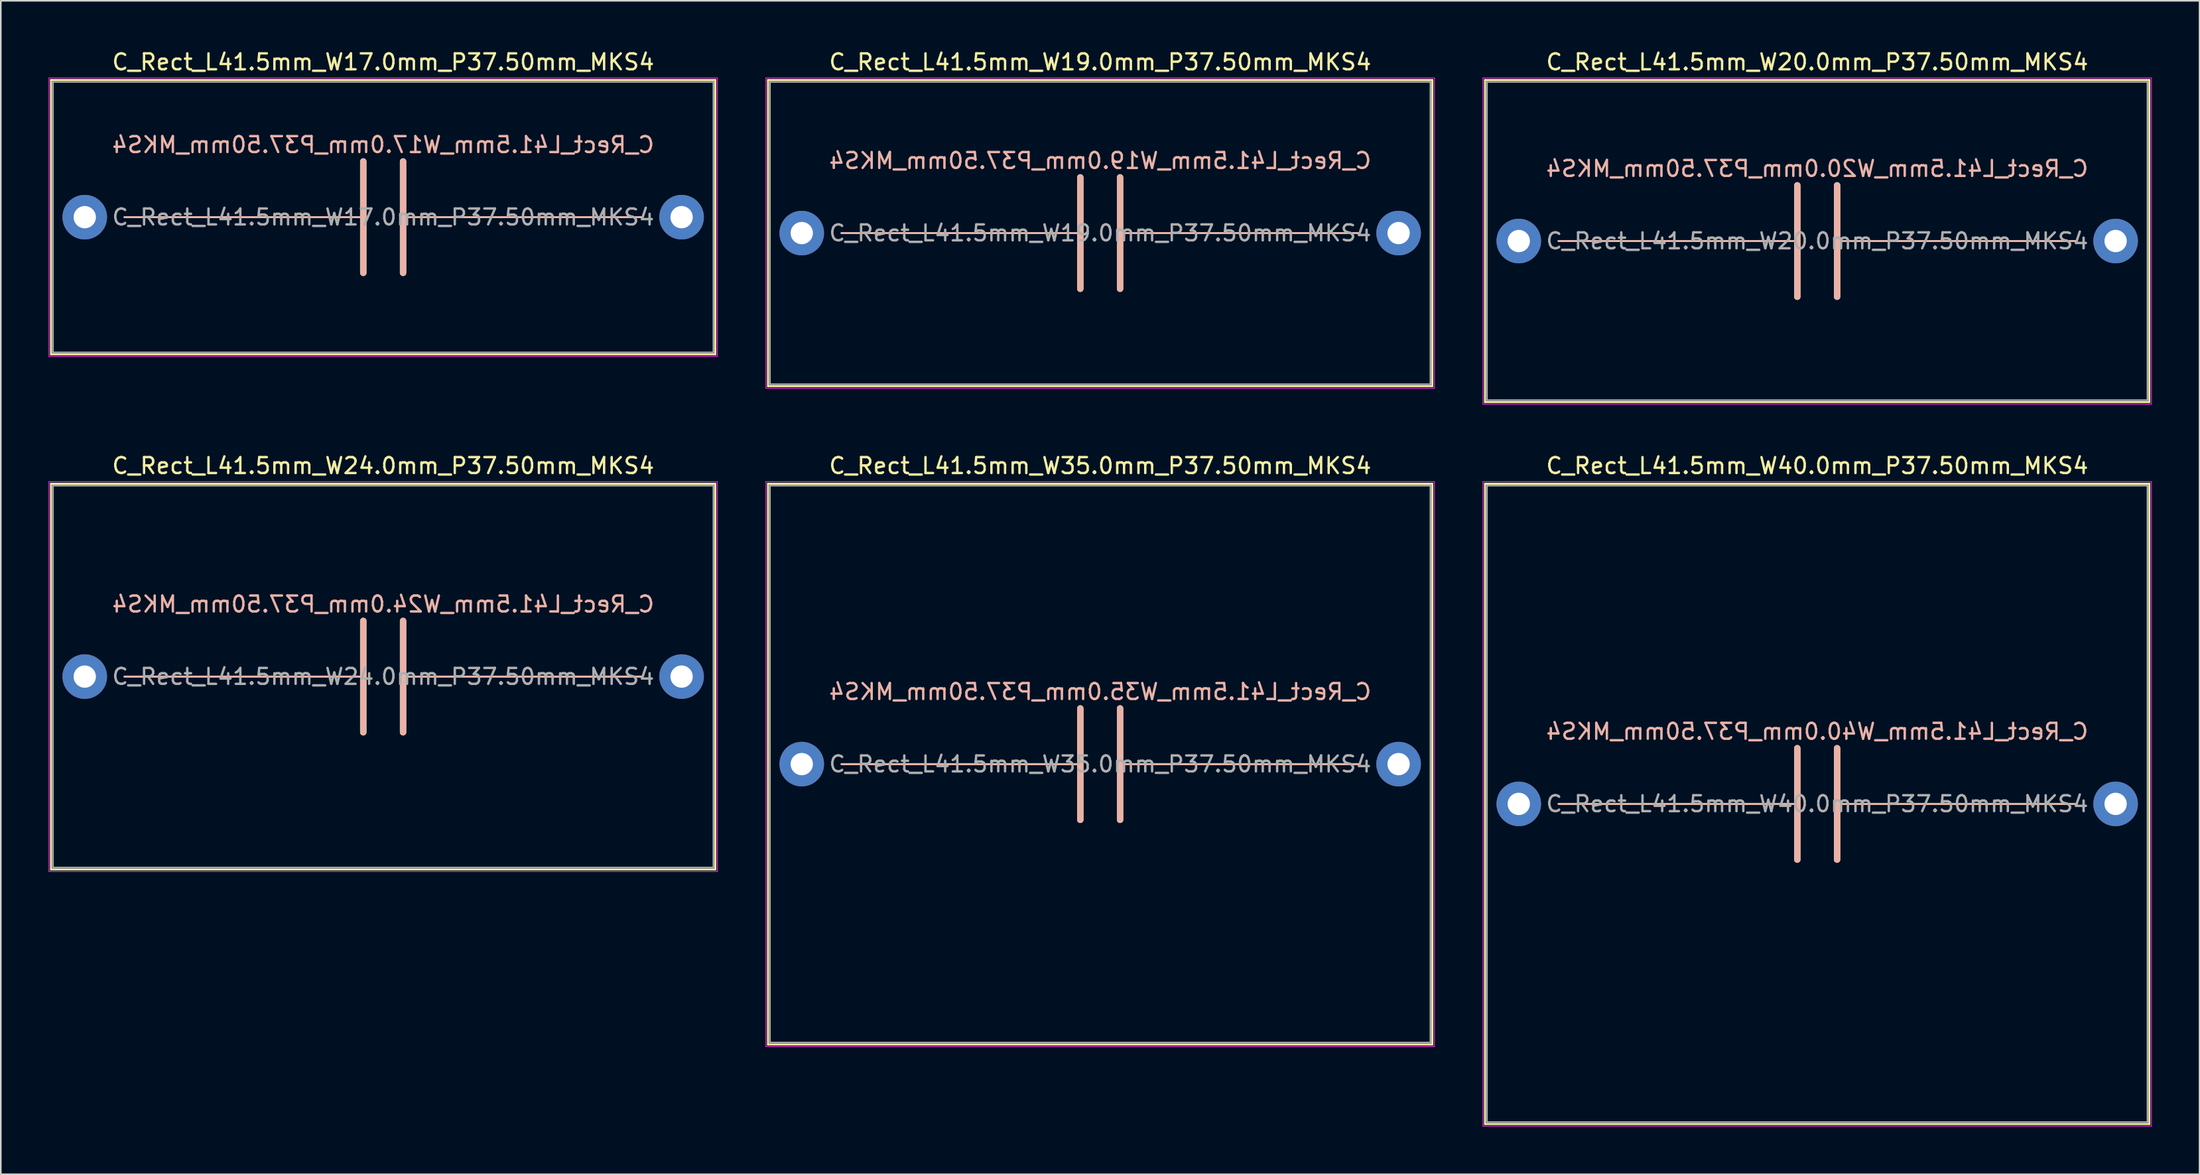
<source format=kicad_pcb>
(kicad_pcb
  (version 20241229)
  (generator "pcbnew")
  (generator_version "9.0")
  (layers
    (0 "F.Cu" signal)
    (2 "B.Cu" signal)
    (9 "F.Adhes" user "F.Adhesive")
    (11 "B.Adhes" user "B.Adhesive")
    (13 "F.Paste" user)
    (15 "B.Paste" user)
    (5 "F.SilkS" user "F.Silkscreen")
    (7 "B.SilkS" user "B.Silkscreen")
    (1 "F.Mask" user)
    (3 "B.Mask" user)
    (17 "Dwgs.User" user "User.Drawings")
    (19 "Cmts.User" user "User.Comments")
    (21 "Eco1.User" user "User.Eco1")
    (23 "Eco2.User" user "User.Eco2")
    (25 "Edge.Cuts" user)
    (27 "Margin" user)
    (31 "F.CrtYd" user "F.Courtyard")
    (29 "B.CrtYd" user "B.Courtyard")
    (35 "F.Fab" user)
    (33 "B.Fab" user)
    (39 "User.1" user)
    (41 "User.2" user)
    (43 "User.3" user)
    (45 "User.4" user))
  (footprint "C_Rect_L41.5mm_W35.0mm_P37.50mm_MKS4"
    (layer "F.Cu")
    (at 47.325 44.971)
    (property "Reference" "C_Rect_L41.5mm_W35.0mm_P37.50mm_MKS4" (at 18.75 -18.75 0) (layer "F.SilkS") (effects (font (size 1 1) (thickness 0.15))))
    (fp_line (start -2.12 -17.62) (end -2.12 17.62) (stroke (width 0.12) (type solid)) (layer "F.SilkS"))
    (fp_line (start -2.12 -17.62) (end 39.62 -17.62) (stroke (width 0.12) (type solid)) (layer "F.SilkS"))
    (fp_line (start -2.12 17.62) (end 39.62 17.62) (stroke (width 0.12) (type solid)) (layer "F.SilkS"))
    (fp_line (start 2.5 0) (end 17.5 0) (stroke (width 0.12) (type solid)) (layer "F.SilkS"))
    (fp_line (start 17.5 -3.5) (end 17.5 3.5) (stroke (width 0.4) (type solid)) (layer "F.SilkS"))
    (fp_line (start 20 -3.5) (end 20 3.5) (stroke (width 0.4) (type solid)) (layer "F.SilkS"))
    (fp_line (start 20 0) (end 35 0) (stroke (width 0.12) (type solid)) (layer "F.SilkS"))
    (fp_line (start 39.62 -17.62) (end 39.62 17.62) (stroke (width 0.12) (type solid)) (layer "F.SilkS"))
    (fp_line (start 2.5 0) (end 17.5 0) (stroke (width 0.12) (type solid)) (layer "B.SilkS"))
    (fp_line (start 17.5 3.5) (end 17.5 -3.5) (stroke (width 0.4) (type solid)) (layer "B.SilkS"))
    (fp_line (start 20 0) (end 35 0) (stroke (width 0.12) (type solid)) (layer "B.SilkS"))
    (fp_line (start 20 3.5) (end 20 -3.5) (stroke (width 0.4) (type solid)) (layer "B.SilkS"))
    (fp_line (start -2.25 -17.75) (end -2.25 17.75) (stroke (width 0.05) (type solid)) (layer "F.CrtYd"))
    (fp_line (start -2.25 17.75) (end 39.75 17.75) (stroke (width 0.05) (type solid)) (layer "F.CrtYd"))
    (fp_line (start 39.75 -17.75) (end -2.25 -17.75) (stroke (width 0.05) (type solid)) (layer "F.CrtYd"))
    (fp_line (start 39.75 17.75) (end 39.75 -17.75) (stroke (width 0.05) (type solid)) (layer "F.CrtYd"))
    (fp_line (start -2 -17.5) (end -2 17.5) (stroke (width 0.1) (type solid)) (layer "F.Fab"))
    (fp_line (start -2 17.5) (end 39.5 17.5) (stroke (width 0.1) (type solid)) (layer "F.Fab"))
    (fp_line (start 39.5 -17.5) (end -2 -17.5) (stroke (width 0.1) (type solid)) (layer "F.Fab"))
    (fp_line (start 39.5 17.5) (end 39.5 -17.5) (stroke (width 0.1) (type solid)) (layer "F.Fab"))
    (fp_text user "${REFERENCE}" (at 18.75 -4.55 0) (layer "B.SilkS") (effects (font (size 1 1) (thickness 0.15)) (justify mirror)))
    (fp_text user "${REFERENCE}" (at 18.75 0 0) (layer "F.Fab") (effects (font (size 1 1) (thickness 0.15))))
    (pad "1" thru_hole circle (at 0 0) (size 2.8 2.8) (drill 1.4) (layers "*.Cu" "*.Mask"))
    (pad "2" thru_hole circle (at 37.5 0) (size 2.8 2.8) (drill 1.4) (layers "*.Cu" "*.Mask")))
  (footprint "C_Rect_L41.5mm_W40.0mm_P37.50mm_MKS4"
    (layer "F.Cu")
    (at 92.375 47.471)
    (property "Reference" "C_Rect_L41.5mm_W40.0mm_P37.50mm_MKS4" (at 18.75 -21.25 0) (layer "F.SilkS") (effects (font (size 1 1) (thickness 0.15))))
    (fp_line (start -2.12 -20.12) (end -2.12 20.12) (stroke (width 0.12) (type solid)) (layer "F.SilkS"))
    (fp_line (start -2.12 -20.12) (end 39.62 -20.12) (stroke (width 0.12) (type solid)) (layer "F.SilkS"))
    (fp_line (start -2.12 20.12) (end 39.62 20.12) (stroke (width 0.12) (type solid)) (layer "F.SilkS"))
    (fp_line (start 2.5 0) (end 17.5 0) (stroke (width 0.12) (type solid)) (layer "F.SilkS"))
    (fp_line (start 17.5 -3.5) (end 17.5 3.5) (stroke (width 0.4) (type solid)) (layer "F.SilkS"))
    (fp_line (start 20 -3.5) (end 20 3.5) (stroke (width 0.4) (type solid)) (layer "F.SilkS"))
    (fp_line (start 20 0) (end 35 0) (stroke (width 0.12) (type solid)) (layer "F.SilkS"))
    (fp_line (start 39.62 -20.12) (end 39.62 20.12) (stroke (width 0.12) (type solid)) (layer "F.SilkS"))
    (fp_line (start 2.5 0) (end 17.5 0) (stroke (width 0.12) (type solid)) (layer "B.SilkS"))
    (fp_line (start 17.5 3.5) (end 17.5 -3.5) (stroke (width 0.4) (type solid)) (layer "B.SilkS"))
    (fp_line (start 20 0) (end 35 0) (stroke (width 0.12) (type solid)) (layer "B.SilkS"))
    (fp_line (start 20 3.5) (end 20 -3.5) (stroke (width 0.4) (type solid)) (layer "B.SilkS"))
    (fp_line (start -2.25 -20.25) (end -2.25 20.25) (stroke (width 0.05) (type solid)) (layer "F.CrtYd"))
    (fp_line (start -2.25 20.25) (end 39.75 20.25) (stroke (width 0.05) (type solid)) (layer "F.CrtYd"))
    (fp_line (start 39.75 -20.25) (end -2.25 -20.25) (stroke (width 0.05) (type solid)) (layer "F.CrtYd"))
    (fp_line (start 39.75 20.25) (end 39.75 -20.25) (stroke (width 0.05) (type solid)) (layer "F.CrtYd"))
    (fp_line (start -2 -20) (end -2 20) (stroke (width 0.1) (type solid)) (layer "F.Fab"))
    (fp_line (start -2 20) (end 39.5 20) (stroke (width 0.1) (type solid)) (layer "F.Fab"))
    (fp_line (start 39.5 -20) (end -2 -20) (stroke (width 0.1) (type solid)) (layer "F.Fab"))
    (fp_line (start 39.5 20) (end 39.5 -20) (stroke (width 0.1) (type solid)) (layer "F.Fab"))
    (fp_text user "${REFERENCE}" (at 18.75 -4.55 0) (layer "B.SilkS") (effects (font (size 1 1) (thickness 0.15)) (justify mirror)))
    (fp_text user "${REFERENCE}" (at 18.75 0 0) (layer "F.Fab") (effects (font (size 1 1) (thickness 0.15))))
    (pad "1" thru_hole circle (at 0 0) (size 2.8 2.8) (drill 1.4) (layers "*.Cu" "*.Mask"))
    (pad "2" thru_hole circle (at 37.5 0) (size 2.8 2.8) (drill 1.4) (layers "*.Cu" "*.Mask")))
  (footprint "C_Rect_L41.5mm_W19.0mm_P37.50mm_MKS4"
    (layer "F.Cu")
    (at 47.325 11.598)
    (property "Reference" "C_Rect_L41.5mm_W19.0mm_P37.50mm_MKS4" (at 18.75 -10.75 0) (layer "F.SilkS") (effects (font (size 1 1) (thickness 0.15))))
    (fp_line (start -2.12 -9.62) (end -2.12 9.62) (stroke (width 0.12) (type solid)) (layer "F.SilkS"))
    (fp_line (start -2.12 -9.62) (end 39.62 -9.62) (stroke (width 0.12) (type solid)) (layer "F.SilkS"))
    (fp_line (start -2.12 9.62) (end 39.62 9.62) (stroke (width 0.12) (type solid)) (layer "F.SilkS"))
    (fp_line (start 2.5 0) (end 17.5 0) (stroke (width 0.12) (type solid)) (layer "F.SilkS"))
    (fp_line (start 17.5 -3.5) (end 17.5 3.5) (stroke (width 0.4) (type solid)) (layer "F.SilkS"))
    (fp_line (start 20 -3.5) (end 20 3.5) (stroke (width 0.4) (type solid)) (layer "F.SilkS"))
    (fp_line (start 20 0) (end 35 0) (stroke (width 0.12) (type solid)) (layer "F.SilkS"))
    (fp_line (start 39.62 -9.62) (end 39.62 9.62) (stroke (width 0.12) (type solid)) (layer "F.SilkS"))
    (fp_line (start 2.5 0) (end 17.5 0) (stroke (width 0.12) (type solid)) (layer "B.SilkS"))
    (fp_line (start 17.5 3.5) (end 17.5 -3.5) (stroke (width 0.4) (type solid)) (layer "B.SilkS"))
    (fp_line (start 20 0) (end 35 0) (stroke (width 0.12) (type solid)) (layer "B.SilkS"))
    (fp_line (start 20 3.5) (end 20 -3.5) (stroke (width 0.4) (type solid)) (layer "B.SilkS"))
    (fp_line (start -2.25 -9.75) (end -2.25 9.75) (stroke (width 0.05) (type solid)) (layer "F.CrtYd"))
    (fp_line (start -2.25 9.75) (end 39.75 9.75) (stroke (width 0.05) (type solid)) (layer "F.CrtYd"))
    (fp_line (start 39.75 -9.75) (end -2.25 -9.75) (stroke (width 0.05) (type solid)) (layer "F.CrtYd"))
    (fp_line (start 39.75 9.75) (end 39.75 -9.75) (stroke (width 0.05) (type solid)) (layer "F.CrtYd"))
    (fp_line (start -2 -9.5) (end -2 9.5) (stroke (width 0.1) (type solid)) (layer "F.Fab"))
    (fp_line (start -2 9.5) (end 39.5 9.5) (stroke (width 0.1) (type solid)) (layer "F.Fab"))
    (fp_line (start 39.5 -9.5) (end -2 -9.5) (stroke (width 0.1) (type solid)) (layer "F.Fab"))
    (fp_line (start 39.5 9.5) (end 39.5 -9.5) (stroke (width 0.1) (type solid)) (layer "F.Fab"))
    (fp_text user "${REFERENCE}" (at 18.75 -4.55 0) (layer "B.SilkS") (effects (font (size 1 1) (thickness 0.15)) (justify mirror)))
    (fp_text user "${REFERENCE}" (at 18.75 0 0) (layer "F.Fab") (effects (font (size 1 1) (thickness 0.15))))
    (pad "1" thru_hole circle (at 0 0) (size 2.8 2.8) (drill 1.4) (layers "*.Cu" "*.Mask"))
    (pad "2" thru_hole circle (at 37.5 0) (size 2.8 2.8) (drill 1.4) (layers "*.Cu" "*.Mask")))
  (footprint "C_Rect_L41.5mm_W20.0mm_P37.50mm_MKS4"
    (layer "F.Cu")
    (at 92.375 12.098)
    (property "Reference" "C_Rect_L41.5mm_W20.0mm_P37.50mm_MKS4" (at 18.75 -11.25 0) (layer "F.SilkS") (effects (font (size 1 1) (thickness 0.15))))
    (fp_line (start -2.12 -10.12) (end -2.12 10.12) (stroke (width 0.12) (type solid)) (layer "F.SilkS"))
    (fp_line (start -2.12 -10.12) (end 39.62 -10.12) (stroke (width 0.12) (type solid)) (layer "F.SilkS"))
    (fp_line (start -2.12 10.12) (end 39.62 10.12) (stroke (width 0.12) (type solid)) (layer "F.SilkS"))
    (fp_line (start 2.5 0) (end 17.5 0) (stroke (width 0.12) (type solid)) (layer "F.SilkS"))
    (fp_line (start 17.5 -3.5) (end 17.5 3.5) (stroke (width 0.4) (type solid)) (layer "F.SilkS"))
    (fp_line (start 20 -3.5) (end 20 3.5) (stroke (width 0.4) (type solid)) (layer "F.SilkS"))
    (fp_line (start 20 0) (end 35 0) (stroke (width 0.12) (type solid)) (layer "F.SilkS"))
    (fp_line (start 39.62 -10.12) (end 39.62 10.12) (stroke (width 0.12) (type solid)) (layer "F.SilkS"))
    (fp_line (start 2.5 0) (end 17.5 0) (stroke (width 0.12) (type solid)) (layer "B.SilkS"))
    (fp_line (start 17.5 3.5) (end 17.5 -3.5) (stroke (width 0.4) (type solid)) (layer "B.SilkS"))
    (fp_line (start 20 0) (end 35 0) (stroke (width 0.12) (type solid)) (layer "B.SilkS"))
    (fp_line (start 20 3.5) (end 20 -3.5) (stroke (width 0.4) (type solid)) (layer "B.SilkS"))
    (fp_line (start -2.25 -10.25) (end -2.25 10.25) (stroke (width 0.05) (type solid)) (layer "F.CrtYd"))
    (fp_line (start -2.25 10.25) (end 39.75 10.25) (stroke (width 0.05) (type solid)) (layer "F.CrtYd"))
    (fp_line (start 39.75 -10.25) (end -2.25 -10.25) (stroke (width 0.05) (type solid)) (layer "F.CrtYd"))
    (fp_line (start 39.75 10.25) (end 39.75 -10.25) (stroke (width 0.05) (type solid)) (layer "F.CrtYd"))
    (fp_line (start -2 -10) (end -2 10) (stroke (width 0.1) (type solid)) (layer "F.Fab"))
    (fp_line (start -2 10) (end 39.5 10) (stroke (width 0.1) (type solid)) (layer "F.Fab"))
    (fp_line (start 39.5 -10) (end -2 -10) (stroke (width 0.1) (type solid)) (layer "F.Fab"))
    (fp_line (start 39.5 10) (end 39.5 -10) (stroke (width 0.1) (type solid)) (layer "F.Fab"))
    (fp_text user "${REFERENCE}" (at 18.75 -4.55 0) (layer "B.SilkS") (effects (font (size 1 1) (thickness 0.15)) (justify mirror)))
    (fp_text user "${REFERENCE}" (at 18.75 0 0) (layer "F.Fab") (effects (font (size 1 1) (thickness 0.15))))
    (pad "1" thru_hole circle (at 0 0) (size 2.8 2.8) (drill 1.4) (layers "*.Cu" "*.Mask"))
    (pad "2" thru_hole circle (at 37.5 0) (size 2.8 2.8) (drill 1.4) (layers "*.Cu" "*.Mask")))
  (footprint "C_Rect_L41.5mm_W17.0mm_P37.50mm_MKS4"
    (layer "F.Cu")
    (at 2.275 10.598)
    (property "Reference" "C_Rect_L41.5mm_W17.0mm_P37.50mm_MKS4" (at 18.75 -9.75 0) (layer "F.SilkS") (effects (font (size 1 1) (thickness 0.15))))
    (fp_line (start -2.12 -8.62) (end -2.12 8.62) (stroke (width 0.12) (type solid)) (layer "F.SilkS"))
    (fp_line (start -2.12 -8.62) (end 39.62 -8.62) (stroke (width 0.12) (type solid)) (layer "F.SilkS"))
    (fp_line (start -2.12 8.62) (end 39.62 8.62) (stroke (width 0.12) (type solid)) (layer "F.SilkS"))
    (fp_line (start 2.5 0) (end 17.5 0) (stroke (width 0.12) (type solid)) (layer "F.SilkS"))
    (fp_line (start 17.5 -3.5) (end 17.5 3.5) (stroke (width 0.4) (type solid)) (layer "F.SilkS"))
    (fp_line (start 20 -3.5) (end 20 3.5) (stroke (width 0.4) (type solid)) (layer "F.SilkS"))
    (fp_line (start 20 0) (end 35 0) (stroke (width 0.12) (type solid)) (layer "F.SilkS"))
    (fp_line (start 39.62 -8.62) (end 39.62 8.62) (stroke (width 0.12) (type solid)) (layer "F.SilkS"))
    (fp_line (start 2.5 0) (end 17.5 0) (stroke (width 0.12) (type solid)) (layer "B.SilkS"))
    (fp_line (start 17.5 3.5) (end 17.5 -3.5) (stroke (width 0.4) (type solid)) (layer "B.SilkS"))
    (fp_line (start 20 0) (end 35 0) (stroke (width 0.12) (type solid)) (layer "B.SilkS"))
    (fp_line (start 20 3.5) (end 20 -3.5) (stroke (width 0.4) (type solid)) (layer "B.SilkS"))
    (fp_line (start -2.25 -8.75) (end -2.25 8.75) (stroke (width 0.05) (type solid)) (layer "F.CrtYd"))
    (fp_line (start -2.25 8.75) (end 39.75 8.75) (stroke (width 0.05) (type solid)) (layer "F.CrtYd"))
    (fp_line (start 39.75 -8.75) (end -2.25 -8.75) (stroke (width 0.05) (type solid)) (layer "F.CrtYd"))
    (fp_line (start 39.75 8.75) (end 39.75 -8.75) (stroke (width 0.05) (type solid)) (layer "F.CrtYd"))
    (fp_line (start -2 -8.5) (end -2 8.5) (stroke (width 0.1) (type solid)) (layer "F.Fab"))
    (fp_line (start -2 8.5) (end 39.5 8.5) (stroke (width 0.1) (type solid)) (layer "F.Fab"))
    (fp_line (start 39.5 -8.5) (end -2 -8.5) (stroke (width 0.1) (type solid)) (layer "F.Fab"))
    (fp_line (start 39.5 8.5) (end 39.5 -8.5) (stroke (width 0.1) (type solid)) (layer "F.Fab"))
    (fp_text user "${REFERENCE}" (at 18.75 -4.55 0) (layer "B.SilkS") (effects (font (size 1 1) (thickness 0.15)) (justify mirror)))
    (fp_text user "${REFERENCE}" (at 18.75 0 0) (layer "F.Fab") (effects (font (size 1 1) (thickness 0.15))))
    (pad "1" thru_hole circle (at 0 0) (size 2.8 2.8) (drill 1.4) (layers "*.Cu" "*.Mask"))
    (pad "2" thru_hole circle (at 37.5 0) (size 2.8 2.8) (drill 1.4) (layers "*.Cu" "*.Mask")))
  (footprint "C_Rect_L41.5mm_W24.0mm_P37.50mm_MKS4"
    (layer "F.Cu")
    (at 2.275 39.471)
    (property "Reference" "C_Rect_L41.5mm_W24.0mm_P37.50mm_MKS4" (at 18.75 -13.25 0) (layer "F.SilkS") (effects (font (size 1 1) (thickness 0.15))))
    (fp_line (start -2.12 -12.12) (end -2.12 12.12) (stroke (width 0.12) (type solid)) (layer "F.SilkS"))
    (fp_line (start -2.12 -12.12) (end 39.62 -12.12) (stroke (width 0.12) (type solid)) (layer "F.SilkS"))
    (fp_line (start -2.12 12.12) (end 39.62 12.12) (stroke (width 0.12) (type solid)) (layer "F.SilkS"))
    (fp_line (start 2.5 0) (end 17.5 0) (stroke (width 0.12) (type solid)) (layer "F.SilkS"))
    (fp_line (start 17.5 -3.5) (end 17.5 3.5) (stroke (width 0.4) (type solid)) (layer "F.SilkS"))
    (fp_line (start 20 -3.5) (end 20 3.5) (stroke (width 0.4) (type solid)) (layer "F.SilkS"))
    (fp_line (start 20 0) (end 35 0) (stroke (width 0.12) (type solid)) (layer "F.SilkS"))
    (fp_line (start 39.62 -12.12) (end 39.62 12.12) (stroke (width 0.12) (type solid)) (layer "F.SilkS"))
    (fp_line (start 2.5 0) (end 17.5 0) (stroke (width 0.12) (type solid)) (layer "B.SilkS"))
    (fp_line (start 17.5 3.5) (end 17.5 -3.5) (stroke (width 0.4) (type solid)) (layer "B.SilkS"))
    (fp_line (start 20 0) (end 35 0) (stroke (width 0.12) (type solid)) (layer "B.SilkS"))
    (fp_line (start 20 3.5) (end 20 -3.5) (stroke (width 0.4) (type solid)) (layer "B.SilkS"))
    (fp_line (start -2.25 -12.25) (end -2.25 12.25) (stroke (width 0.05) (type solid)) (layer "F.CrtYd"))
    (fp_line (start -2.25 12.25) (end 39.75 12.25) (stroke (width 0.05) (type solid)) (layer "F.CrtYd"))
    (fp_line (start 39.75 -12.25) (end -2.25 -12.25) (stroke (width 0.05) (type solid)) (layer "F.CrtYd"))
    (fp_line (start 39.75 12.25) (end 39.75 -12.25) (stroke (width 0.05) (type solid)) (layer "F.CrtYd"))
    (fp_line (start -2 -12) (end -2 12) (stroke (width 0.1) (type solid)) (layer "F.Fab"))
    (fp_line (start -2 12) (end 39.5 12) (stroke (width 0.1) (type solid)) (layer "F.Fab"))
    (fp_line (start 39.5 -12) (end -2 -12) (stroke (width 0.1) (type solid)) (layer "F.Fab"))
    (fp_line (start 39.5 12) (end 39.5 -12) (stroke (width 0.1) (type solid)) (layer "F.Fab"))
    (fp_text user "${REFERENCE}" (at 18.75 -4.55 0) (layer "B.SilkS") (effects (font (size 1 1) (thickness 0.15)) (justify mirror)))
    (fp_text user "${REFERENCE}" (at 18.75 0 0) (layer "F.Fab") (effects (font (size 1 1) (thickness 0.15))))
    (pad "1" thru_hole circle (at 0 0) (size 2.8 2.8) (drill 1.4) (layers "*.Cu" "*.Mask"))
    (pad "2" thru_hole circle (at 37.5 0) (size 2.8 2.8) (drill 1.4) (layers "*.Cu" "*.Mask")))
  (gr_rect
    (start -3 -3)
    (end 135.15 70.746)
    (stroke (width 0.1) (type default))
    (fill no)
    (layer "Edge.Cuts")))
</source>
